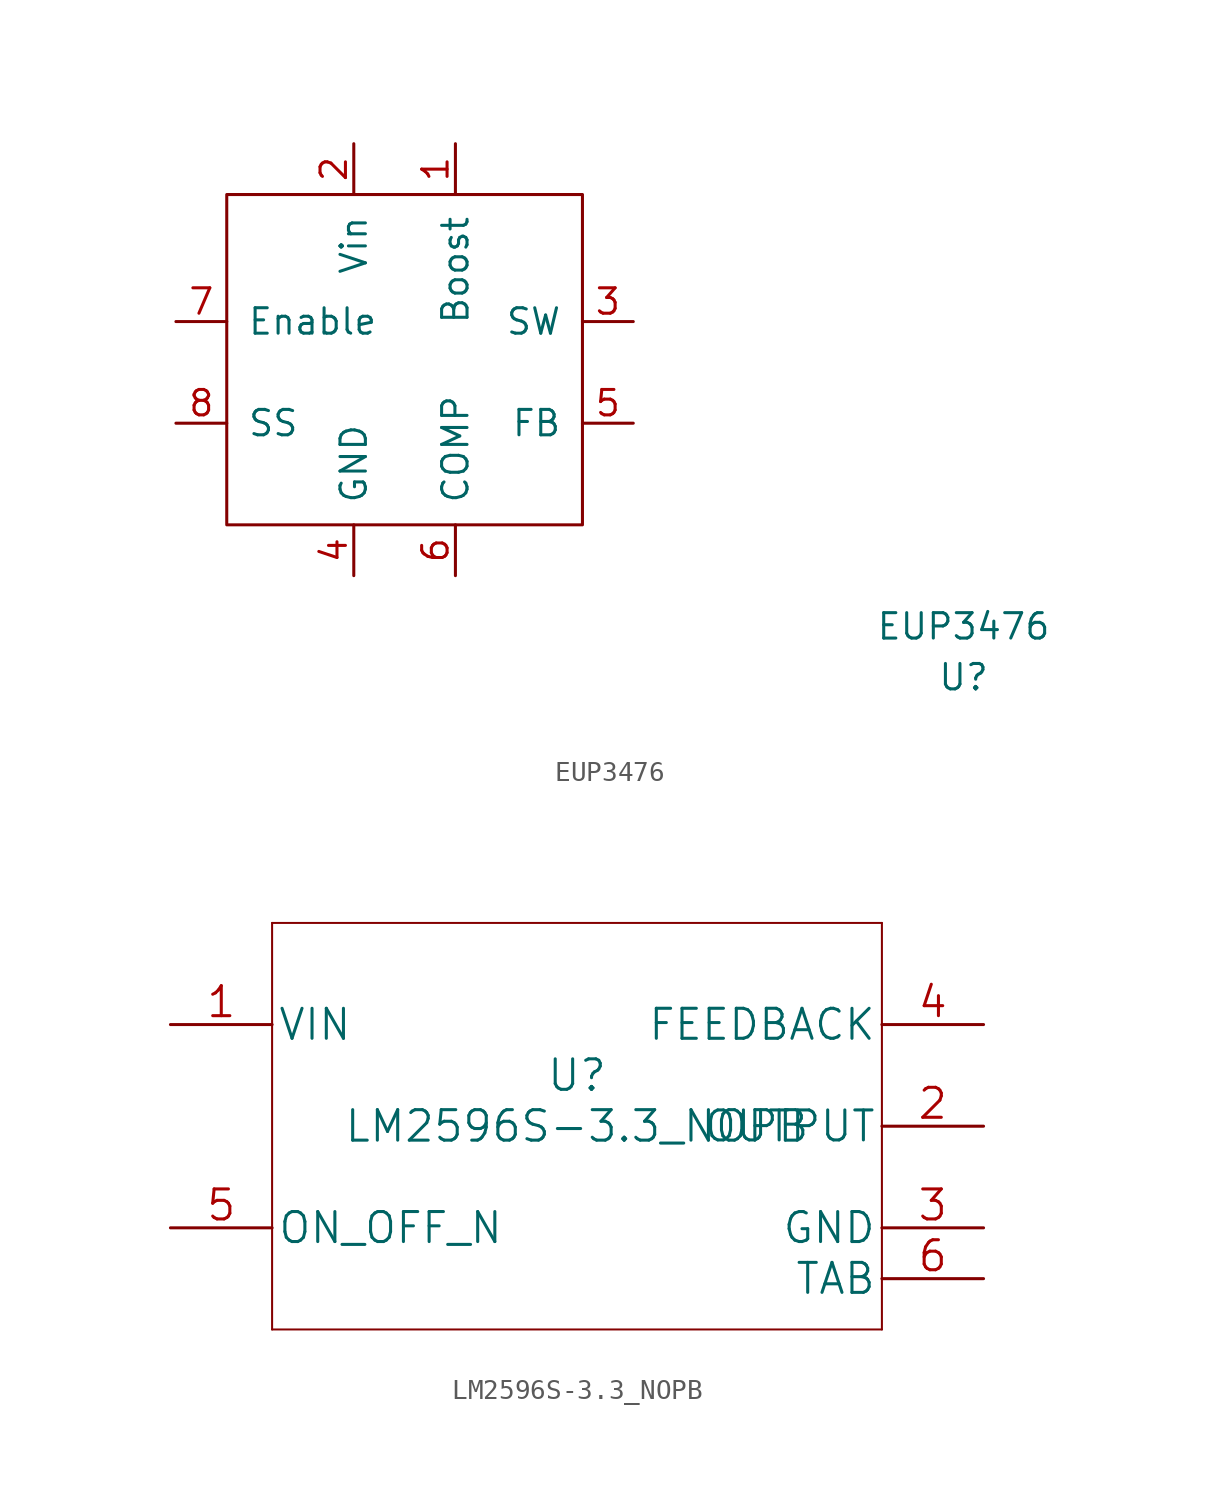
<source format=kicad_sym>
(kicad_symbol_lib
  (version 20211014)
  (generator kicad_symbol_editor)
  (symbol "EUP3476"
    (pin_names
      (offset 1.016))
    (property "Reference" "U"
      (at 25.4 -12.7 0)
      (effects (font (size 1.27 1.27))))
    (property "Value" "EUP3476"
      (at 25.4 -10.16 0)
      (effects (font (size 1.27 1.27))))
    (symbol "EUP3476_0_0"
      (pin input line (at 0 13.97 270) (length 2.54) (name "Boost" (effects (font (size 1.27 1.27)))) (number "1" (effects (font (size 1.27 1.27)))))
      (pin power_in line (at -5.08 13.97 270) (length 2.54) (name "Vin" (effects (font (size 1.27 1.27)))) (number "2" (effects (font (size 1.27 1.27)))))
      (pin power_out line (at 8.89 5.08 180) (length 2.54) (name "SW" (effects (font (size 1.27 1.27)))) (number "3" (effects (font (size 1.27 1.27)))))
      (pin power_in line (at -5.08 -7.62 90) (length 2.54) (name "GND" (effects (font (size 1.27 1.27)))) (number "4" (effects (font (size 1.27 1.27)))))
      (pin input line (at 8.89 0 180) (length 2.54) (name "FB" (effects (font (size 1.27 1.27)))) (number "5" (effects (font (size 1.27 1.27)))))
      (pin input line (at 0 -7.62 90) (length 2.54) (name "COMP" (effects (font (size 1.27 1.27)))) (number "6" (effects (font (size 1.27 1.27)))))
      (pin input line (at -13.97 5.08 0) (length 2.54) (name "Enable" (effects (font (size 1.27 1.27)))) (number "7" (effects (font (size 1.27 1.27)))))
      (pin input line (at -13.97 0 0) (length 2.54) (name "SS" (effects (font (size 1.27 1.27)))) (number "8" (effects (font (size 1.27 1.27))))))
    (symbol "EUP3476_0_1"
      (rectangle (start -11.43 11.43) (end 6.35 -5.08) (stroke (width 0) (type default) (color 0 0 0 0)) (fill (type none)))))
  (symbol "LM2596S-3.3_NOPB"
    (pin_names
      (offset 0.254))
    (property "Reference" "U"
      (at 0 2.54 0)
      (effects (font (size 1.524 1.524))))
    (property "Value" "LM2596S-3.3_NOPB"
      (at 0 0 0)
      (effects (font (size 1.524 1.524))))
    (property "Datasheet" ""
      (at 0 0 0)
      (effects (font (size 1.524 1.524))))
    (symbol "LM2596S-3.3_NOPB_1_1"
      (polyline (pts (xy -15.24 -10.16) (xy 15.24 -10.16)) (stroke (width 0.102) (type default) (color 0 0 0 0)) (fill (type none)))
      (polyline (pts (xy -15.24 10.16) (xy -15.24 -10.16)) (stroke (width 0.102) (type default) (color 0 0 0 0)) (fill (type none)))
      (polyline (pts (xy 15.24 -10.16) (xy 15.24 10.16)) (stroke (width 0.102) (type default) (color 0 0 0 0)) (fill (type none)))
      (polyline (pts (xy 15.24 10.16) (xy -15.24 10.16)) (stroke (width 0.102) (type default) (color 0 0 0 0)) (fill (type none)))
      (pin power_in line (at -20.32 5.08 0) (length 5.08) (name "VIN" (effects (font (size 1.499 1.499)))) (number "1" (effects (font (size 1.499 1.499)))))
      (pin power_in line (at 20.32 0 180) (length 5.08) (name "OUTPUT" (effects (font (size 1.499 1.499)))) (number "2" (effects (font (size 1.499 1.499)))))
      (pin power_in line (at 20.32 -5.08 180) (length 5.08) (name "GND" (effects (font (size 1.499 1.499)))) (number "3" (effects (font (size 1.499 1.499)))))
      (pin input line (at 20.32 5.08 180) (length 5.08) (name "FEEDBACK" (effects (font (size 1.499 1.499)))) (number "4" (effects (font (size 1.499 1.499)))))
      (pin input line (at -20.32 -5.08 0) (length 5.08) (name "ON_OFF_N" (effects (font (size 1.499 1.499)))) (number "5" (effects (font (size 1.499 1.499)))))
      (pin power_in line (at 20.32 -7.62 180) (length 5.08) (name "TAB" (effects (font (size 1.499 1.499)))) (number "6" (effects (font (size 1.499 1.499))))))))
</source>
